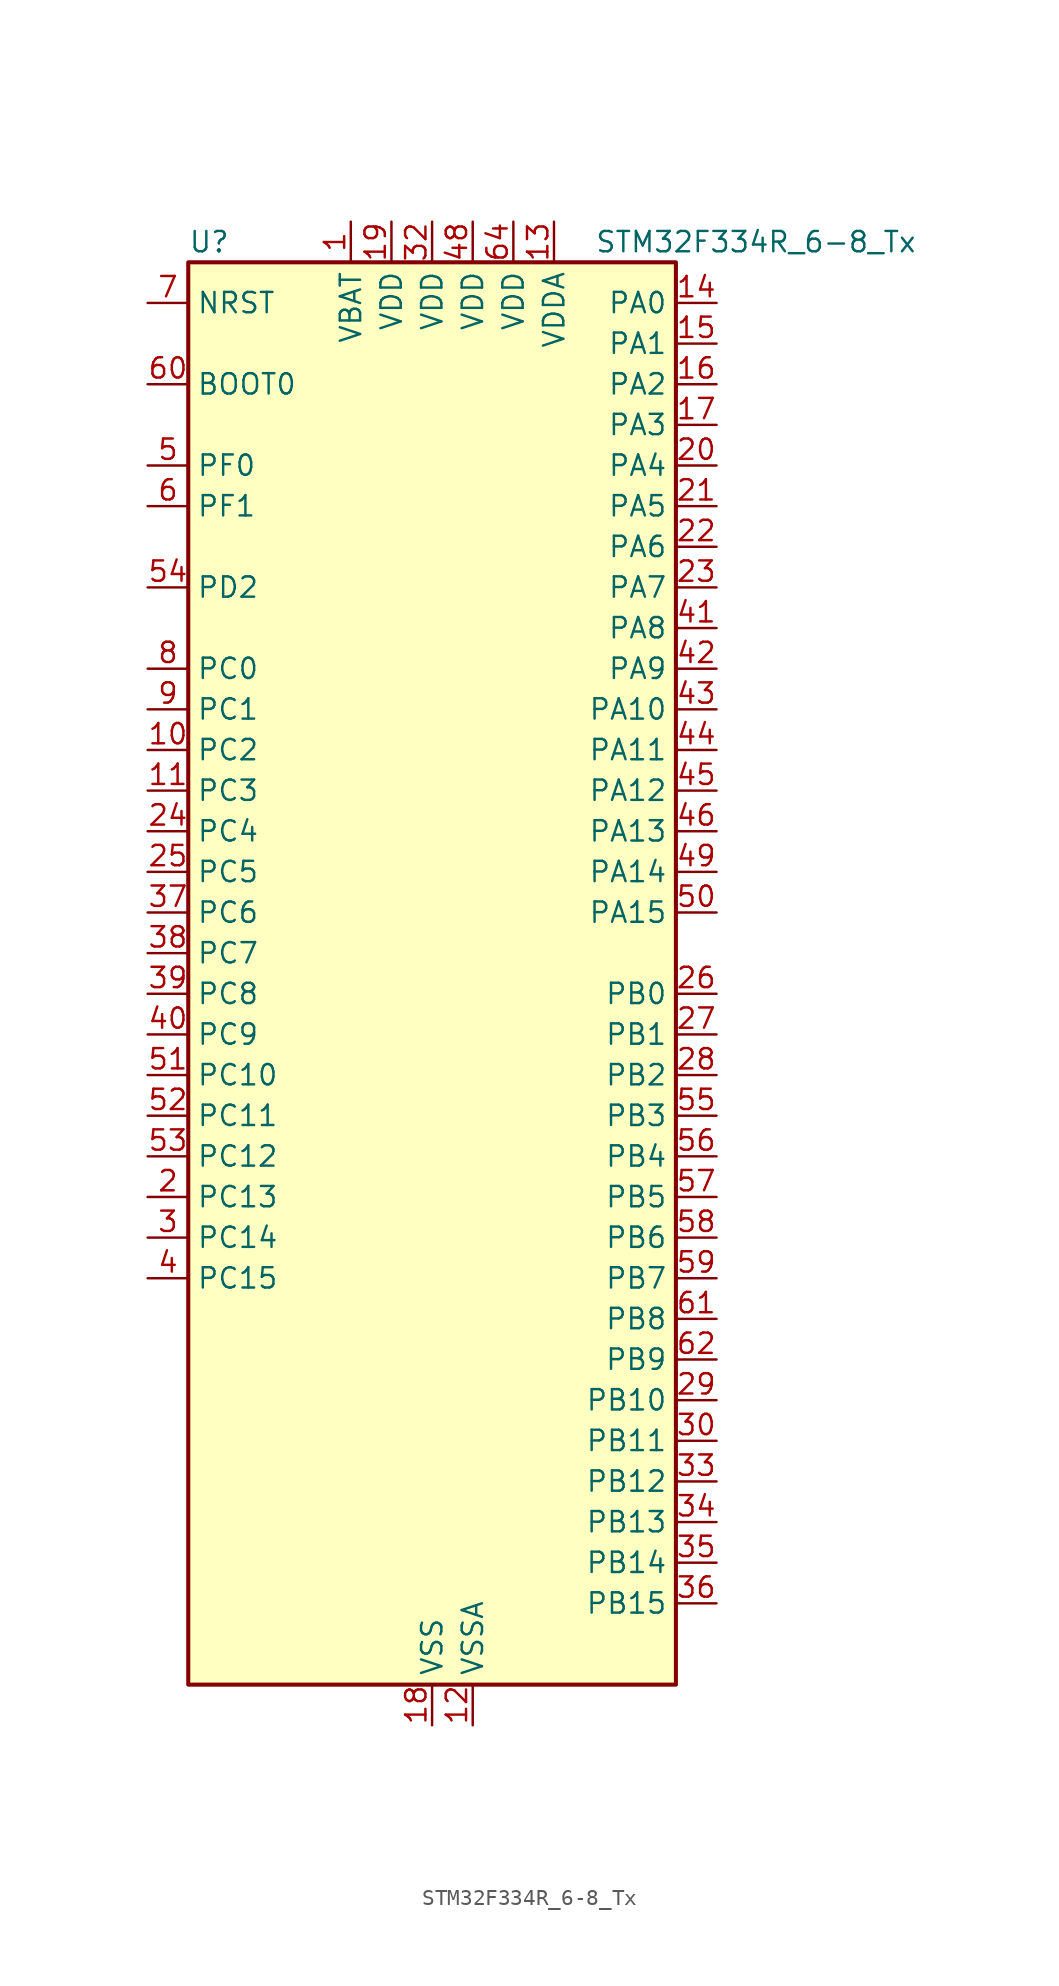
<source format=kicad_sym>
(kicad_symbol_lib
  (version 20220914)
  (generator kicad_symbol_editor)
  (symbol "STM32F334R_6-8_Tx"
    (property "Reference" "U"
      (at -15.24 46.99 0)
      (effects (font (size 1.27 1.27)) (justify left)))
    (property "Value" "STM32F334R_6-8_Tx"
      (at 10.16 46.99 0)
      (effects (font (size 1.27 1.27)) (justify left)))
    (property "ki_locked" ""
      (at 0 0 0)
      (effects (font (size 1.27 1.27))))
    (symbol "STM32F334R_6-8_Tx_0_1"
      (rectangle (start -15.24 -43.18) (end 15.24 45.72) (stroke (width 0.254) (type default)) (fill (type background))))
    (symbol "STM32F334R_6-8_Tx_1_1"
      (pin power_in line (at -5.08 48.26 270) (length 2.54) (name "VBAT" (effects (font (size 1.27 1.27)))) (number "1" (effects (font (size 1.27 1.27)))))
      (pin bidirectional line (at -17.78 15.24 0) (length 2.54) (name "PC2" (effects (font (size 1.27 1.27)))) (number "10" (effects (font (size 1.27 1.27)))) (alternate "ADC1_IN8" bidirectional line) (alternate "ADC2_IN8" bidirectional line) (alternate "TIM1_CH3" bidirectional line))
      (pin bidirectional line (at -17.78 12.7 0) (length 2.54) (name "PC3" (effects (font (size 1.27 1.27)))) (number "11" (effects (font (size 1.27 1.27)))) (alternate "ADC1_IN9" bidirectional line) (alternate "ADC2_IN9" bidirectional line) (alternate "TIM1_BKIN2" bidirectional line) (alternate "TIM1_CH4" bidirectional line))
      (pin power_in line (at 2.54 -45.72 90) (length 2.54) (name "VSSA" (effects (font (size 1.27 1.27)))) (number "12" (effects (font (size 1.27 1.27)))))
      (pin power_in line (at 7.62 48.26 270) (length 2.54) (name "VDDA" (effects (font (size 1.27 1.27)))) (number "13" (effects (font (size 1.27 1.27)))))
      (pin bidirectional line (at 17.78 43.18 180) (length 2.54) (name "PA0" (effects (font (size 1.27 1.27)))) (number "14" (effects (font (size 1.27 1.27)))) (alternate "ADC1_IN1" bidirectional line) (alternate "RTC_TAMP2" bidirectional line) (alternate "SYS_WKUP1" bidirectional line) (alternate "TIM2_CH1" bidirectional line) (alternate "TIM2_ETR" bidirectional line) (alternate "TSC_G1_IO1" bidirectional line) (alternate "USART2_CTS" bidirectional line))
      (pin bidirectional line (at 17.78 40.64 180) (length 2.54) (name "PA1" (effects (font (size 1.27 1.27)))) (number "15" (effects (font (size 1.27 1.27)))) (alternate "ADC1_IN2" bidirectional line) (alternate "RTC_REFIN" bidirectional line) (alternate "TIM15_CH1N" bidirectional line) (alternate "TIM2_CH2" bidirectional line) (alternate "TSC_G1_IO2" bidirectional line) (alternate "USART2_DE" bidirectional line) (alternate "USART2_RTS" bidirectional line))
      (pin bidirectional line (at 17.78 38.1 180) (length 2.54) (name "PA2" (effects (font (size 1.27 1.27)))) (number "16" (effects (font (size 1.27 1.27)))) (alternate "ADC1_IN3" bidirectional line) (alternate "COMP2_INM" bidirectional line) (alternate "COMP2_OUT" bidirectional line) (alternate "TIM15_CH1" bidirectional line) (alternate "TIM2_CH3" bidirectional line) (alternate "TSC_G1_IO3" bidirectional line) (alternate "USART2_TX" bidirectional line))
      (pin bidirectional line (at 17.78 35.56 180) (length 2.54) (name "PA3" (effects (font (size 1.27 1.27)))) (number "17" (effects (font (size 1.27 1.27)))) (alternate "ADC1_IN4" bidirectional line) (alternate "TIM15_CH2" bidirectional line) (alternate "TIM2_CH4" bidirectional line) (alternate "TSC_G1_IO4" bidirectional line) (alternate "USART2_RX" bidirectional line))
      (pin power_in line (at 0 -45.72 90) (length 2.54) (name "VSS" (effects (font (size 1.27 1.27)))) (number "18" (effects (font (size 1.27 1.27)))))
      (pin power_in line (at -2.54 48.26 270) (length 2.54) (name "VDD" (effects (font (size 1.27 1.27)))) (number "19" (effects (font (size 1.27 1.27)))))
      (pin bidirectional line (at -17.78 -12.7 0) (length 2.54) (name "PC13" (effects (font (size 1.27 1.27)))) (number "2" (effects (font (size 1.27 1.27)))) (alternate "RTC_OUT_ALARM" bidirectional line) (alternate "RTC_OUT_CALIB" bidirectional line) (alternate "RTC_TAMP1" bidirectional line) (alternate "RTC_TS" bidirectional line) (alternate "SYS_WKUP2" bidirectional line) (alternate "TIM1_CH1N" bidirectional line))
      (pin bidirectional line (at 17.78 33.02 180) (length 2.54) (name "PA4" (effects (font (size 1.27 1.27)))) (number "20" (effects (font (size 1.27 1.27)))) (alternate "ADC2_IN1" bidirectional line) (alternate "COMP2_INM" bidirectional line) (alternate "COMP4_INM" bidirectional line) (alternate "COMP6_INM" bidirectional line) (alternate "DAC1_OUT1" bidirectional line) (alternate "SPI1_NSS" bidirectional line) (alternate "TIM3_CH2" bidirectional line) (alternate "TSC_G2_IO1" bidirectional line) (alternate "USART2_CK" bidirectional line))
      (pin bidirectional line (at 17.78 30.48 180) (length 2.54) (name "PA5" (effects (font (size 1.27 1.27)))) (number "21" (effects (font (size 1.27 1.27)))) (alternate "ADC2_IN2" bidirectional line) (alternate "DAC1_OUT2" bidirectional line) (alternate "OPAMP2_VINM" bidirectional line) (alternate "OPAMP2_VINM_SEC" bidirectional line) (alternate "SPI1_SCK" bidirectional line) (alternate "TIM2_CH1" bidirectional line) (alternate "TIM2_ETR" bidirectional line) (alternate "TSC_G2_IO2" bidirectional line))
      (pin bidirectional line (at 17.78 27.94 180) (length 2.54) (name "PA6" (effects (font (size 1.27 1.27)))) (number "22" (effects (font (size 1.27 1.27)))) (alternate "ADC2_IN3" bidirectional line) (alternate "DAC2_OUT1" bidirectional line) (alternate "OPAMP2_DIG" bidirectional line) (alternate "OPAMP2_VOUT" bidirectional line) (alternate "SPI1_MISO" bidirectional line) (alternate "TIM16_CH1" bidirectional line) (alternate "TIM1_BKIN" bidirectional line) (alternate "TIM3_CH1" bidirectional line) (alternate "TSC_G2_IO3" bidirectional line))
      (pin bidirectional line (at 17.78 25.4 180) (length 2.54) (name "PA7" (effects (font (size 1.27 1.27)))) (number "23" (effects (font (size 1.27 1.27)))) (alternate "ADC2_IN4" bidirectional line) (alternate "COMP2_INP" bidirectional line) (alternate "OPAMP2_VINP" bidirectional line) (alternate "OPAMP2_VINP_SEC" bidirectional line) (alternate "SPI1_MOSI" bidirectional line) (alternate "TIM17_CH1" bidirectional line) (alternate "TIM1_CH1N" bidirectional line) (alternate "TIM3_CH2" bidirectional line) (alternate "TSC_G2_IO4" bidirectional line))
      (pin bidirectional line (at -17.78 10.16 0) (length 2.54) (name "PC4" (effects (font (size 1.27 1.27)))) (number "24" (effects (font (size 1.27 1.27)))) (alternate "ADC2_IN5" bidirectional line) (alternate "TIM1_ETR" bidirectional line) (alternate "USART1_TX" bidirectional line))
      (pin bidirectional line (at -17.78 7.62 0) (length 2.54) (name "PC5" (effects (font (size 1.27 1.27)))) (number "25" (effects (font (size 1.27 1.27)))) (alternate "ADC2_IN11" bidirectional line) (alternate "OPAMP2_VINM" bidirectional line) (alternate "OPAMP2_VINM_SEC" bidirectional line) (alternate "TIM15_BKIN" bidirectional line) (alternate "TSC_G3_IO1" bidirectional line) (alternate "USART1_RX" bidirectional line))
      (pin bidirectional line (at 17.78 0 180) (length 2.54) (name "PB0" (effects (font (size 1.27 1.27)))) (number "26" (effects (font (size 1.27 1.27)))) (alternate "ADC1_IN11" bidirectional line) (alternate "COMP4_INP" bidirectional line) (alternate "OPAMP2_VINP" bidirectional line) (alternate "OPAMP2_VINP_SEC" bidirectional line) (alternate "TIM1_CH2N" bidirectional line) (alternate "TIM3_CH3" bidirectional line) (alternate "TSC_G3_IO2" bidirectional line))
      (pin bidirectional line (at 17.78 -2.54 180) (length 2.54) (name "PB1" (effects (font (size 1.27 1.27)))) (number "27" (effects (font (size 1.27 1.27)))) (alternate "ADC1_IN12" bidirectional line) (alternate "COMP4_OUT" bidirectional line) (alternate "HRTIM1_SCOUT" bidirectional line) (alternate "TIM1_CH3N" bidirectional line) (alternate "TIM3_CH4" bidirectional line) (alternate "TSC_G3_IO3" bidirectional line))
      (pin bidirectional line (at 17.78 -5.08 180) (length 2.54) (name "PB2" (effects (font (size 1.27 1.27)))) (number "28" (effects (font (size 1.27 1.27)))) (alternate "ADC2_IN12" bidirectional line) (alternate "COMP4_INM" bidirectional line) (alternate "HRTIM1_SCIN" bidirectional line) (alternate "TSC_G3_IO4" bidirectional line))
      (pin bidirectional line (at 17.78 -25.4 180) (length 2.54) (name "PB10" (effects (font (size 1.27 1.27)))) (number "29" (effects (font (size 1.27 1.27)))) (alternate "HRTIM1_FLT3" bidirectional line) (alternate "TIM2_CH3" bidirectional line) (alternate "TSC_SYNC" bidirectional line) (alternate "USART3_TX" bidirectional line))
      (pin bidirectional line (at -17.78 -15.24 0) (length 2.54) (name "PC14" (effects (font (size 1.27 1.27)))) (number "3" (effects (font (size 1.27 1.27)))) (alternate "RCC_OSC32_IN" bidirectional line))
      (pin bidirectional line (at 17.78 -27.94 180) (length 2.54) (name "PB11" (effects (font (size 1.27 1.27)))) (number "30" (effects (font (size 1.27 1.27)))) (alternate "ADC1_EXTI11" bidirectional line) (alternate "ADC2_EXTI11" bidirectional line) (alternate "COMP6_INP" bidirectional line) (alternate "HRTIM1_FLT4" bidirectional line) (alternate "TIM2_CH4" bidirectional line) (alternate "TSC_G6_IO1" bidirectional line) (alternate "USART3_RX" bidirectional line))
      (pin passive line (at 0 -45.72 90) (length 2.54) hide (name "VSS" (effects (font (size 1.27 1.27)))) (number "31" (effects (font (size 1.27 1.27)))))
      (pin power_in line (at 0 48.26 270) (length 2.54) (name "VDD" (effects (font (size 1.27 1.27)))) (number "32" (effects (font (size 1.27 1.27)))))
      (pin bidirectional line (at 17.78 -30.48 180) (length 2.54) (name "PB12" (effects (font (size 1.27 1.27)))) (number "33" (effects (font (size 1.27 1.27)))) (alternate "ADC2_IN13" bidirectional line) (alternate "HRTIM1_CHC1" bidirectional line) (alternate "TIM1_BKIN" bidirectional line) (alternate "TSC_G6_IO2" bidirectional line) (alternate "USART3_CK" bidirectional line))
      (pin bidirectional line (at 17.78 -33.02 180) (length 2.54) (name "PB13" (effects (font (size 1.27 1.27)))) (number "34" (effects (font (size 1.27 1.27)))) (alternate "ADC1_IN13" bidirectional line) (alternate "HRTIM1_CHC2" bidirectional line) (alternate "TIM1_CH1N" bidirectional line) (alternate "TSC_G6_IO3" bidirectional line) (alternate "USART3_CTS" bidirectional line))
      (pin bidirectional line (at 17.78 -35.56 180) (length 2.54) (name "PB14" (effects (font (size 1.27 1.27)))) (number "35" (effects (font (size 1.27 1.27)))) (alternate "ADC2_IN14" bidirectional line) (alternate "HRTIM1_CHD1" bidirectional line) (alternate "OPAMP2_VINP" bidirectional line) (alternate "OPAMP2_VINP_SEC" bidirectional line) (alternate "TIM15_CH1" bidirectional line) (alternate "TIM1_CH2N" bidirectional line) (alternate "TSC_G6_IO4" bidirectional line) (alternate "USART3_DE" bidirectional line) (alternate "USART3_RTS" bidirectional line))
      (pin bidirectional line (at 17.78 -38.1 180) (length 2.54) (name "PB15" (effects (font (size 1.27 1.27)))) (number "36" (effects (font (size 1.27 1.27)))) (alternate "ADC1_EXTI15" bidirectional line) (alternate "ADC2_EXTI15" bidirectional line) (alternate "ADC2_IN15" bidirectional line) (alternate "COMP6_INM" bidirectional line) (alternate "HRTIM1_CHD2" bidirectional line) (alternate "RTC_REFIN" bidirectional line) (alternate "TIM15_CH1N" bidirectional line) (alternate "TIM15_CH2" bidirectional line) (alternate "TIM1_CH3N" bidirectional line))
      (pin bidirectional line (at -17.78 5.08 0) (length 2.54) (name "PC6" (effects (font (size 1.27 1.27)))) (number "37" (effects (font (size 1.27 1.27)))) (alternate "COMP6_OUT" bidirectional line) (alternate "HRTIM1_EEV10" bidirectional line) (alternate "TIM3_CH1" bidirectional line))
      (pin bidirectional line (at -17.78 2.54 0) (length 2.54) (name "PC7" (effects (font (size 1.27 1.27)))) (number "38" (effects (font (size 1.27 1.27)))) (alternate "HRTIM1_FLT5" bidirectional line) (alternate "TIM3_CH2" bidirectional line))
      (pin bidirectional line (at -17.78 0 0) (length 2.54) (name "PC8" (effects (font (size 1.27 1.27)))) (number "39" (effects (font (size 1.27 1.27)))) (alternate "HRTIM1_CHE1" bidirectional line) (alternate "TIM3_CH3" bidirectional line))
      (pin bidirectional line (at -17.78 -17.78 0) (length 2.54) (name "PC15" (effects (font (size 1.27 1.27)))) (number "4" (effects (font (size 1.27 1.27)))) (alternate "ADC1_EXTI15" bidirectional line) (alternate "ADC2_EXTI15" bidirectional line) (alternate "RCC_OSC32_OUT" bidirectional line))
      (pin bidirectional line (at -17.78 -2.54 0) (length 2.54) (name "PC9" (effects (font (size 1.27 1.27)))) (number "40" (effects (font (size 1.27 1.27)))) (alternate "DAC1_EXTI9" bidirectional line) (alternate "DAC2_EXTI9" bidirectional line) (alternate "HRTIM1_CHE2" bidirectional line) (alternate "TIM3_CH4" bidirectional line))
      (pin bidirectional line (at 17.78 22.86 180) (length 2.54) (name "PA8" (effects (font (size 1.27 1.27)))) (number "41" (effects (font (size 1.27 1.27)))) (alternate "HRTIM1_CHA1" bidirectional line) (alternate "RCC_MCO" bidirectional line) (alternate "TIM1_CH1" bidirectional line) (alternate "USART1_CK" bidirectional line))
      (pin bidirectional line (at 17.78 20.32 180) (length 2.54) (name "PA9" (effects (font (size 1.27 1.27)))) (number "42" (effects (font (size 1.27 1.27)))) (alternate "DAC1_EXTI9" bidirectional line) (alternate "DAC2_EXTI9" bidirectional line) (alternate "HRTIM1_CHA2" bidirectional line) (alternate "TIM15_BKIN" bidirectional line) (alternate "TIM1_CH2" bidirectional line) (alternate "TIM2_CH3" bidirectional line) (alternate "TSC_G4_IO1" bidirectional line) (alternate "USART1_TX" bidirectional line))
      (pin bidirectional line (at 17.78 17.78 180) (length 2.54) (name "PA10" (effects (font (size 1.27 1.27)))) (number "43" (effects (font (size 1.27 1.27)))) (alternate "COMP6_OUT" bidirectional line) (alternate "HRTIM1_CHB1" bidirectional line) (alternate "TIM17_BKIN" bidirectional line) (alternate "TIM1_CH3" bidirectional line) (alternate "TIM2_CH4" bidirectional line) (alternate "TSC_G4_IO2" bidirectional line) (alternate "USART1_RX" bidirectional line))
      (pin bidirectional line (at 17.78 15.24 180) (length 2.54) (name "PA11" (effects (font (size 1.27 1.27)))) (number "44" (effects (font (size 1.27 1.27)))) (alternate "ADC1_EXTI11" bidirectional line) (alternate "ADC2_EXTI11" bidirectional line) (alternate "CAN_RX" bidirectional line) (alternate "HRTIM1_CHB2" bidirectional line) (alternate "TIM1_BKIN2" bidirectional line) (alternate "TIM1_CH1N" bidirectional line) (alternate "TIM1_CH4" bidirectional line) (alternate "USART1_CTS" bidirectional line))
      (pin bidirectional line (at 17.78 12.7 180) (length 2.54) (name "PA12" (effects (font (size 1.27 1.27)))) (number "45" (effects (font (size 1.27 1.27)))) (alternate "CAN_TX" bidirectional line) (alternate "COMP2_OUT" bidirectional line) (alternate "HRTIM1_FLT1" bidirectional line) (alternate "TIM16_CH1" bidirectional line) (alternate "TIM1_CH2N" bidirectional line) (alternate "TIM1_ETR" bidirectional line) (alternate "USART1_DE" bidirectional line) (alternate "USART1_RTS" bidirectional line))
      (pin bidirectional line (at 17.78 10.16 180) (length 2.54) (name "PA13" (effects (font (size 1.27 1.27)))) (number "46" (effects (font (size 1.27 1.27)))) (alternate "IR_OUT" bidirectional line) (alternate "SYS_JTMS-SWDIO" bidirectional line) (alternate "TIM16_CH1N" bidirectional line) (alternate "TSC_G4_IO3" bidirectional line) (alternate "USART3_CTS" bidirectional line))
      (pin passive line (at 0 -45.72 90) (length 2.54) hide (name "VSS" (effects (font (size 1.27 1.27)))) (number "47" (effects (font (size 1.27 1.27)))))
      (pin power_in line (at 2.54 48.26 270) (length 2.54) (name "VDD" (effects (font (size 1.27 1.27)))) (number "48" (effects (font (size 1.27 1.27)))))
      (pin bidirectional line (at 17.78 7.62 180) (length 2.54) (name "PA14" (effects (font (size 1.27 1.27)))) (number "49" (effects (font (size 1.27 1.27)))) (alternate "I2C1_SDA" bidirectional line) (alternate "SYS_JTCK-SWCLK" bidirectional line) (alternate "TIM1_BKIN" bidirectional line) (alternate "TSC_G4_IO4" bidirectional line) (alternate "USART2_TX" bidirectional line))
      (pin bidirectional line (at -17.78 33.02 0) (length 2.54) (name "PF0" (effects (font (size 1.27 1.27)))) (number "5" (effects (font (size 1.27 1.27)))) (alternate "RCC_OSC_IN" bidirectional line) (alternate "TIM1_CH3N" bidirectional line))
      (pin bidirectional line (at 17.78 5.08 180) (length 2.54) (name "PA15" (effects (font (size 1.27 1.27)))) (number "50" (effects (font (size 1.27 1.27)))) (alternate "ADC1_EXTI15" bidirectional line) (alternate "ADC2_EXTI15" bidirectional line) (alternate "HRTIM1_FLT2" bidirectional line) (alternate "I2C1_SCL" bidirectional line) (alternate "SPI1_NSS" bidirectional line) (alternate "SYS_JTDI" bidirectional line) (alternate "TIM1_BKIN" bidirectional line) (alternate "TIM2_CH1" bidirectional line) (alternate "TIM2_ETR" bidirectional line) (alternate "TSC_SYNC" bidirectional line) (alternate "USART2_RX" bidirectional line))
      (pin bidirectional line (at -17.78 -5.08 0) (length 2.54) (name "PC10" (effects (font (size 1.27 1.27)))) (number "51" (effects (font (size 1.27 1.27)))) (alternate "USART3_TX" bidirectional line))
      (pin bidirectional line (at -17.78 -7.62 0) (length 2.54) (name "PC11" (effects (font (size 1.27 1.27)))) (number "52" (effects (font (size 1.27 1.27)))) (alternate "ADC1_EXTI11" bidirectional line) (alternate "ADC2_EXTI11" bidirectional line) (alternate "HRTIM1_EEV2" bidirectional line) (alternate "USART3_RX" bidirectional line))
      (pin bidirectional line (at -17.78 -10.16 0) (length 2.54) (name "PC12" (effects (font (size 1.27 1.27)))) (number "53" (effects (font (size 1.27 1.27)))) (alternate "HRTIM1_EEV1" bidirectional line) (alternate "USART3_CK" bidirectional line))
      (pin bidirectional line (at -17.78 25.4 0) (length 2.54) (name "PD2" (effects (font (size 1.27 1.27)))) (number "54" (effects (font (size 1.27 1.27)))) (alternate "TIM3_ETR" bidirectional line))
      (pin bidirectional line (at 17.78 -7.62 180) (length 2.54) (name "PB3" (effects (font (size 1.27 1.27)))) (number "55" (effects (font (size 1.27 1.27)))) (alternate "HRTIM1_EEV9" bidirectional line) (alternate "HRTIM1_SCOUT" bidirectional line) (alternate "SPI1_SCK" bidirectional line) (alternate "SYS_JTDO-TRACESWO" bidirectional line) (alternate "TIM2_CH2" bidirectional line) (alternate "TIM3_ETR" bidirectional line) (alternate "TSC_G5_IO1" bidirectional line) (alternate "USART2_TX" bidirectional line))
      (pin bidirectional line (at 17.78 -10.16 180) (length 2.54) (name "PB4" (effects (font (size 1.27 1.27)))) (number "56" (effects (font (size 1.27 1.27)))) (alternate "HRTIM1_EEV7" bidirectional line) (alternate "SPI1_MISO" bidirectional line) (alternate "SYS_NJTRST" bidirectional line) (alternate "TIM16_CH1" bidirectional line) (alternate "TIM17_BKIN" bidirectional line) (alternate "TIM3_CH1" bidirectional line) (alternate "TSC_G5_IO2" bidirectional line) (alternate "USART2_RX" bidirectional line))
      (pin bidirectional line (at 17.78 -12.7 180) (length 2.54) (name "PB5" (effects (font (size 1.27 1.27)))) (number "57" (effects (font (size 1.27 1.27)))) (alternate "HRTIM1_EEV6" bidirectional line) (alternate "I2C1_SMBA" bidirectional line) (alternate "SPI1_MOSI" bidirectional line) (alternate "TIM16_BKIN" bidirectional line) (alternate "TIM17_CH1" bidirectional line) (alternate "TIM3_CH2" bidirectional line) (alternate "USART2_CK" bidirectional line))
      (pin bidirectional line (at 17.78 -15.24 180) (length 2.54) (name "PB6" (effects (font (size 1.27 1.27)))) (number "58" (effects (font (size 1.27 1.27)))) (alternate "HRTIM1_EEV4" bidirectional line) (alternate "HRTIM1_SCIN" bidirectional line) (alternate "I2C1_SCL" bidirectional line) (alternate "TIM16_CH1N" bidirectional line) (alternate "TSC_G5_IO3" bidirectional line) (alternate "USART1_TX" bidirectional line))
      (pin bidirectional line (at 17.78 -17.78 180) (length 2.54) (name "PB7" (effects (font (size 1.27 1.27)))) (number "59" (effects (font (size 1.27 1.27)))) (alternate "HRTIM1_EEV3" bidirectional line) (alternate "I2C1_SDA" bidirectional line) (alternate "TIM17_CH1N" bidirectional line) (alternate "TIM3_CH4" bidirectional line) (alternate "TSC_G5_IO4" bidirectional line) (alternate "USART1_RX" bidirectional line))
      (pin bidirectional line (at -17.78 30.48 0) (length 2.54) (name "PF1" (effects (font (size 1.27 1.27)))) (number "6" (effects (font (size 1.27 1.27)))) (alternate "RCC_OSC_OUT" bidirectional line))
      (pin input line (at -17.78 38.1 0) (length 2.54) (name "BOOT0" (effects (font (size 1.27 1.27)))) (number "60" (effects (font (size 1.27 1.27)))))
      (pin bidirectional line (at 17.78 -20.32 180) (length 2.54) (name "PB8" (effects (font (size 1.27 1.27)))) (number "61" (effects (font (size 1.27 1.27)))) (alternate "CAN_RX" bidirectional line) (alternate "HRTIM1_EEV8" bidirectional line) (alternate "I2C1_SCL" bidirectional line) (alternate "TIM16_CH1" bidirectional line) (alternate "TIM1_BKIN" bidirectional line) (alternate "TSC_SYNC" bidirectional line) (alternate "USART3_RX" bidirectional line))
      (pin bidirectional line (at 17.78 -22.86 180) (length 2.54) (name "PB9" (effects (font (size 1.27 1.27)))) (number "62" (effects (font (size 1.27 1.27)))) (alternate "CAN_TX" bidirectional line) (alternate "COMP2_OUT" bidirectional line) (alternate "DAC1_EXTI9" bidirectional line) (alternate "DAC2_EXTI9" bidirectional line) (alternate "HRTIM1_EEV5" bidirectional line) (alternate "I2C1_SDA" bidirectional line) (alternate "IR_OUT" bidirectional line) (alternate "TIM17_CH1" bidirectional line) (alternate "USART3_TX" bidirectional line))
      (pin passive line (at 0 -45.72 90) (length 2.54) hide (name "VSS" (effects (font (size 1.27 1.27)))) (number "63" (effects (font (size 1.27 1.27)))))
      (pin power_in line (at 5.08 48.26 270) (length 2.54) (name "VDD" (effects (font (size 1.27 1.27)))) (number "64" (effects (font (size 1.27 1.27)))))
      (pin input line (at -17.78 43.18 0) (length 2.54) (name "NRST" (effects (font (size 1.27 1.27)))) (number "7" (effects (font (size 1.27 1.27)))))
      (pin bidirectional line (at -17.78 20.32 0) (length 2.54) (name "PC0" (effects (font (size 1.27 1.27)))) (number "8" (effects (font (size 1.27 1.27)))) (alternate "ADC1_IN6" bidirectional line) (alternate "ADC2_IN6" bidirectional line) (alternate "TIM1_CH1" bidirectional line))
      (pin bidirectional line (at -17.78 17.78 0) (length 2.54) (name "PC1" (effects (font (size 1.27 1.27)))) (number "9" (effects (font (size 1.27 1.27)))) (alternate "ADC1_IN7" bidirectional line) (alternate "ADC2_IN7" bidirectional line) (alternate "TIM1_CH2" bidirectional line)))))
</source>
